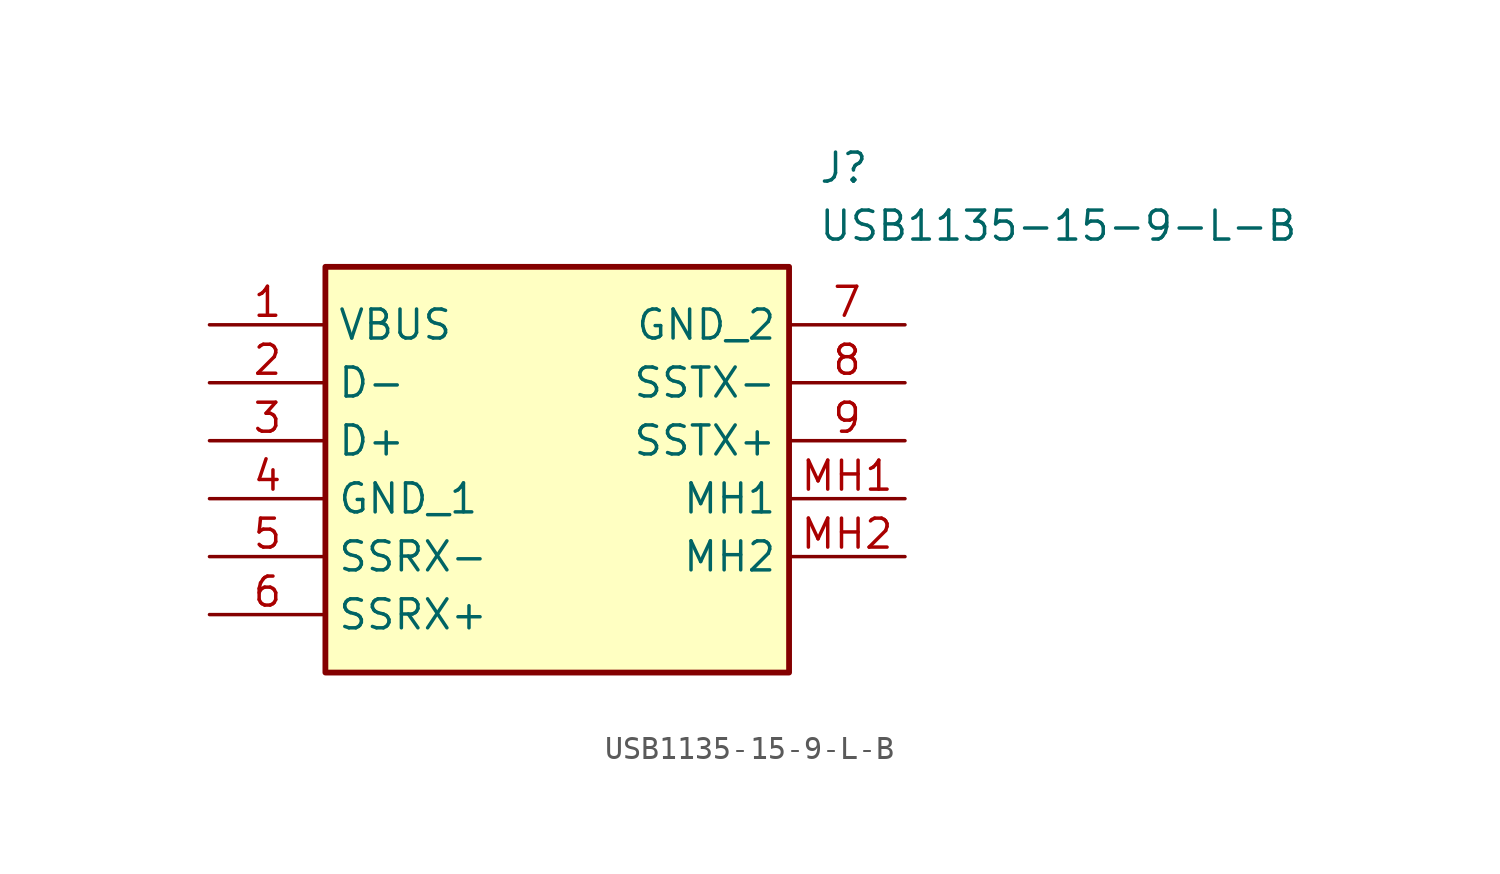
<source format=kicad_sym>
(kicad_symbol_lib
  (version 20211014)
  (generator SamacSys_ECAD_Model)
  (symbol "USB1135-15-9-L-B"
    (property "Reference" "J"
      (at 26.67 7.62 0)
      (effects (font (size 1.27 1.27)) (justify left top)))
    (property "Value" "USB1135-15-9-L-B"
      (at 26.67 5.08 0)
      (effects (font (size 1.27 1.27)) (justify left top)))
    (rectangle
      (start 5.08 2.54)
      (end 25.4 -15.24)
      (stroke (width 0.254) (type default))
      (fill (type background)))
    (pin passive line
      (at 0 0 0)
      (length 5.08)
      (name "VBUS" (effects (font (size 1.27 1.27))))
      (number "1" (effects (font (size 1.27 1.27)))))
    (pin passive line
      (at 0 -2.54 0)
      (length 5.08)
      (name "D-" (effects (font (size 1.27 1.27))))
      (number "2" (effects (font (size 1.27 1.27)))))
    (pin passive line
      (at 0 -5.08 0)
      (length 5.08)
      (name "D+" (effects (font (size 1.27 1.27))))
      (number "3" (effects (font (size 1.27 1.27)))))
    (pin passive line
      (at 0 -7.62 0)
      (length 5.08)
      (name "GND_1" (effects (font (size 1.27 1.27))))
      (number "4" (effects (font (size 1.27 1.27)))))
    (pin passive line
      (at 0 -10.16 0)
      (length 5.08)
      (name "SSRX-" (effects (font (size 1.27 1.27))))
      (number "5" (effects (font (size 1.27 1.27)))))
    (pin passive line
      (at 0 -12.7 0)
      (length 5.08)
      (name "SSRX+" (effects (font (size 1.27 1.27))))
      (number "6" (effects (font (size 1.27 1.27)))))
    (pin passive line
      (at 30.48 0 180)
      (length 5.08)
      (name "GND_2" (effects (font (size 1.27 1.27))))
      (number "7" (effects (font (size 1.27 1.27)))))
    (pin passive line
      (at 30.48 -2.54 180)
      (length 5.08)
      (name "SSTX-" (effects (font (size 1.27 1.27))))
      (number "8" (effects (font (size 1.27 1.27)))))
    (pin passive line
      (at 30.48 -5.08 180)
      (length 5.08)
      (name "SSTX+" (effects (font (size 1.27 1.27))))
      (number "9" (effects (font (size 1.27 1.27)))))
    (pin passive line
      (at 30.48 -7.62 180)
      (length 5.08)
      (name "MH1" (effects (font (size 1.27 1.27))))
      (number "MH1" (effects (font (size 1.27 1.27)))))
    (pin passive line
      (at 30.48 -10.16 180)
      (length 5.08)
      (name "MH2" (effects (font (size 1.27 1.27))))
      (number "MH2" (effects (font (size 1.27 1.27)))))))
</source>
